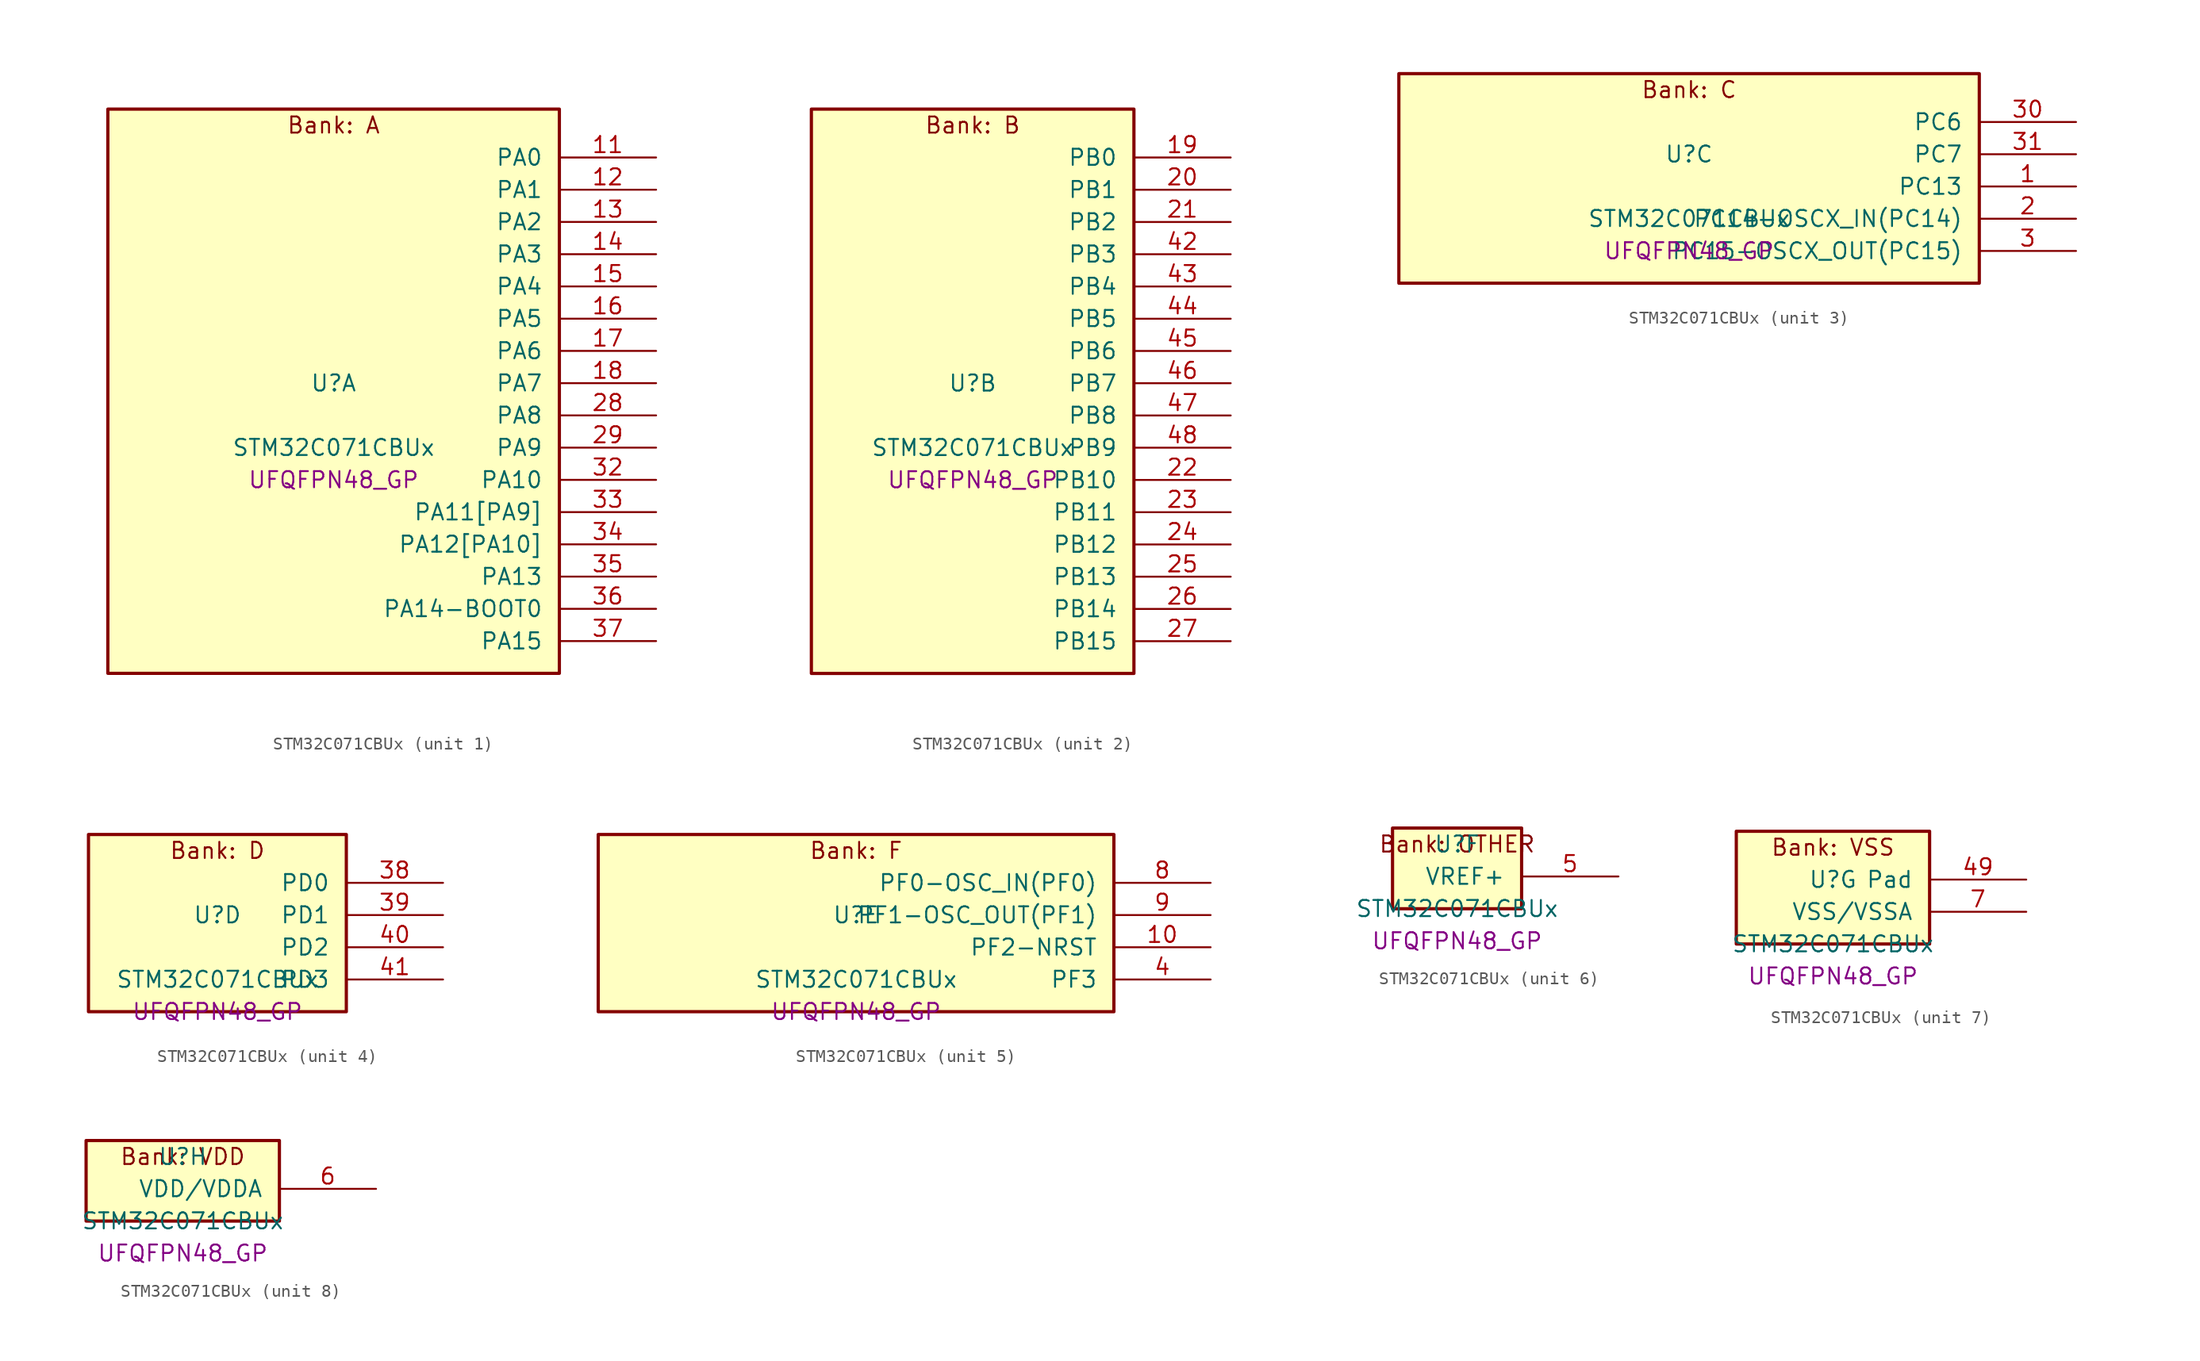
<source format=kicad_sym>
(kicad_symbol_lib
  (version 20241209)
  (generator "stm32_pkl_generator")
  (generator_version "1.0")
  (symbol "STM32C071CBUx"
    (pin_names
      (offset 1.27))
    (property "Reference" "U"
      (at 0 2.54 0))
    (property "Value" "STM32C071CBUx"
      (at 0 -2.54 0))
    (property "Footprint" "UFQFPN48_GP"
      (at 0 -5.08 0))
    (symbol "STM32C071CBUx_1_1"
      (rectangle (start -17.78 24.13) (end 17.78 -20.32) (stroke (width 0.254) (type solid)) (fill (type background)))
      (text "Bank: A" (at 0 22.86 0))
      (pin bidirectional line (at 25.4 20.32 180) (length 7.62) (name "PA0") (number "11") (alternate "PA0/ADC1_IN0" bidirectional line) (alternate "PA0/PWR_WKUP1" bidirectional line) (alternate "PA0/SPI2_SCK" bidirectional line) (alternate "PA0/TIM16_CH1" bidirectional line) (alternate "PA0/TIM1_CH1" bidirectional line) (alternate "PA0/TIM2_CH1" bidirectional line) (alternate "PA0/TIM2_ETR" bidirectional line) (alternate "PA0/USART1_TX" bidirectional line) (alternate "PA0/USART2_CTS" bidirectional line) (alternate "PA0/USART2_NSS" bidirectional line))
      (pin bidirectional line (at 25.4 17.78 180) (length 7.62) (name "PA1") (number "12") (alternate "PA1/ADC1_IN1" bidirectional line) (alternate "PA1/I2C1_SMBA" bidirectional line) (alternate "PA1/I2S1_CK" bidirectional line) (alternate "PA1/SPI1_SCK" bidirectional line) (alternate "PA1/TIM17_CH1" bidirectional line) (alternate "PA1/TIM1_CH2" bidirectional line) (alternate "PA1/TIM2_CH2" bidirectional line) (alternate "PA1/USART1_RX" bidirectional line) (alternate "PA1/USART2_CK" bidirectional line) (alternate "PA1/USART2_DE" bidirectional line) (alternate "PA1/USART2_RTS" bidirectional line))
      (pin bidirectional line (at 25.4 15.24 180) (length 7.62) (name "PA2") (number "13") (alternate "PA2/ADC1_IN2" bidirectional line) (alternate "PA2/I2S1_SD" bidirectional line) (alternate "PA2/PWR_WKUP4" bidirectional line) (alternate "PA2/RCC_LSCO" bidirectional line) (alternate "PA2/SPI1_MOSI" bidirectional line) (alternate "PA2/TIM16_CH1N" bidirectional line) (alternate "PA2/TIM1_CH3" bidirectional line) (alternate "PA2/TIM2_CH3" bidirectional line) (alternate "PA2/TIM3_ETR" bidirectional line) (alternate "PA2/USART2_TX" bidirectional line))
      (pin bidirectional line (at 25.4 12.7 180) (length 7.62) (name "PA3") (number "14") (alternate "PA3/ADC1_IN3" bidirectional line) (alternate "PA3/SPI2_MISO" bidirectional line) (alternate "PA3/TIM1_CH1N" bidirectional line) (alternate "PA3/TIM1_CH4" bidirectional line) (alternate "PA3/TIM2_CH4" bidirectional line) (alternate "PA3/USART2_RX" bidirectional line))
      (pin bidirectional line (at 25.4 10.16 180) (length 7.62) (name "PA4") (number "15") (alternate "PA4/ADC1_IN4" bidirectional line) (alternate "PA4/I2S1_WS" bidirectional line) (alternate "PA4/RTC_OUT2" bidirectional line) (alternate "PA4/SPI1_NSS" bidirectional line) (alternate "PA4/SPI2_MOSI" bidirectional line) (alternate "PA4/TIM14_CH1" bidirectional line) (alternate "PA4/TIM17_CH1N" bidirectional line) (alternate "PA4/TIM1_CH2N" bidirectional line) (alternate "PA4/USART2_TX" bidirectional line) (alternate "PA4/USB_NOE" bidirectional line))
      (pin bidirectional line (at 25.4 7.62 180) (length 7.62) (name "PA5") (number "16") (alternate "PA5/ADC1_IN5" bidirectional line) (alternate "PA5/I2S1_CK" bidirectional line) (alternate "PA5/SPI1_SCK" bidirectional line) (alternate "PA5/TIM1_CH1" bidirectional line) (alternate "PA5/TIM1_CH3N" bidirectional line) (alternate "PA5/TIM2_CH1" bidirectional line) (alternate "PA5/TIM2_ETR" bidirectional line) (alternate "PA5/USART2_RX" bidirectional line))
      (pin bidirectional line (at 25.4 5.08 180) (length 7.62) (name "PA6") (number "17") (alternate "PA6/ADC1_IN6" bidirectional line) (alternate "PA6/I2C2_SDA" bidirectional line) (alternate "PA6/I2S1_MCK" bidirectional line) (alternate "PA6/SPI1_MISO" bidirectional line) (alternate "PA6/TIM16_CH1" bidirectional line) (alternate "PA6/TIM1_BKIN" bidirectional line) (alternate "PA6/TIM3_CH1" bidirectional line))
      (pin bidirectional line (at 25.4 2.54 180) (length 7.62) (name "PA7") (number "18") (alternate "PA7/ADC1_IN7" bidirectional line) (alternate "PA7/I2C2_SCL" bidirectional line) (alternate "PA7/I2S1_SD" bidirectional line) (alternate "PA7/SPI1_MOSI" bidirectional line) (alternate "PA7/TIM14_CH1" bidirectional line) (alternate "PA7/TIM17_CH1" bidirectional line) (alternate "PA7/TIM1_CH1N" bidirectional line) (alternate "PA7/TIM3_CH2" bidirectional line))
      (pin bidirectional line (at 25.4 0 180) (length 7.62) (name "PA8") (number "28") (alternate "PA8/ADC1_IN8" bidirectional line) (alternate "PA8/CRS_SYNC" bidirectional line) (alternate "PA8/I2S1_WS" bidirectional line) (alternate "PA8/RCC_MCO" bidirectional line) (alternate "PA8/RCC_MCO_2" bidirectional line) (alternate "PA8/SPI1_NSS" bidirectional line) (alternate "PA8/SPI2_MISO" bidirectional line) (alternate "PA8/SPI2_NSS" bidirectional line) (alternate "PA8/TIM14_CH1" bidirectional line) (alternate "PA8/TIM1_CH1" bidirectional line) (alternate "PA8/TIM1_CH2N" bidirectional line) (alternate "PA8/TIM1_CH3N" bidirectional line) (alternate "PA8/TIM3_CH3" bidirectional line) (alternate "PA8/TIM3_CH4" bidirectional line) (alternate "PA8/USART1_RX" bidirectional line) (alternate "PA8/USART2_TX" bidirectional line))
      (pin bidirectional line (at 25.4 -2.54 180) (length 7.62) (name "PA9") (number "29") (alternate "PA9/I2C1_SCL" bidirectional line) (alternate "PA9/I2C2_SCL" bidirectional line) (alternate "PA9/RCC_MCO" bidirectional line) (alternate "PA9/SPI2_MISO" bidirectional line) (alternate "PA9/TIM1_CH2" bidirectional line) (alternate "PA9/TIM3_ETR" bidirectional line) (alternate "PA9/USART1_TX" bidirectional line) (alternate "PA9/NC" bidirectional line))
      (pin bidirectional line (at 25.4 -5.08 180) (length 7.62) (name "PA10") (number "32") (alternate "PA10/I2C1_SDA" bidirectional line) (alternate "PA10/I2C2_SDA" bidirectional line) (alternate "PA10/RCC_MCO_2" bidirectional line) (alternate "PA10/SPI2_MOSI" bidirectional line) (alternate "PA10/TIM17_BKIN" bidirectional line) (alternate "PA10/TIM1_CH3" bidirectional line) (alternate "PA10/USART1_RX" bidirectional line) (alternate "PA10/NC" bidirectional line))
      (pin bidirectional line (at 25.4 -7.62 180) (length 7.62) (name "PA11[PA9]") (number "33") (alternate "PA11[PA9]/ADC1_EXTI11" bidirectional line) (alternate "PA11[PA9]/I2C2_SCL" bidirectional line) (alternate "PA11[PA9]/I2S1_MCK" bidirectional line) (alternate "PA11[PA9]/SPI1_MISO" bidirectional line) (alternate "PA11[PA9]/TIM1_BKIN2" bidirectional line) (alternate "PA11[PA9]/TIM1_CH4" bidirectional line) (alternate "PA11[PA9]/USART1_CTS" bidirectional line) (alternate "PA11[PA9]/USART1_NSS" bidirectional line) (alternate "PA11[PA9]/USB_DM" bidirectional line) (alternate "PA11[PA9]/PA9[PA11]" bidirectional line) (alternate "PA11[PA9]/I2C1_SCL" bidirectional line) (alternate "PA11[PA9]/RCC_MCO" bidirectional line) (alternate "PA11[PA9]/SPI2_MISO" bidirectional line) (alternate "PA11[PA9]/TIM1_CH2" bidirectional line) (alternate "PA11[PA9]/TIM3_ETR" bidirectional line) (alternate "PA11[PA9]/USART1_TX" bidirectional line))
      (pin bidirectional line (at 25.4 -10.16 180) (length 7.62) (name "PA12[PA10]") (number "34") (alternate "PA12[PA10]/I2C2_SDA" bidirectional line) (alternate "PA12[PA10]/I2S1_SD" bidirectional line) (alternate "PA12[PA10]/I2S_CKIN" bidirectional line) (alternate "PA12[PA10]/SPI1_MOSI" bidirectional line) (alternate "PA12[PA10]/TIM1_ETR" bidirectional line) (alternate "PA12[PA10]/USART1_CK" bidirectional line) (alternate "PA12[PA10]/USART1_DE" bidirectional line) (alternate "PA12[PA10]/USART1_RTS" bidirectional line) (alternate "PA12[PA10]/USB_DP" bidirectional line) (alternate "PA12[PA10]/PA10[PA12]" bidirectional line) (alternate "PA12[PA10]/I2C1_SDA" bidirectional line) (alternate "PA12[PA10]/RCC_MCO_2" bidirectional line) (alternate "PA12[PA10]/SPI2_MOSI" bidirectional line) (alternate "PA12[PA10]/TIM17_BKIN" bidirectional line) (alternate "PA12[PA10]/TIM1_CH3" bidirectional line) (alternate "PA12[PA10]/USART1_RX" bidirectional line))
      (pin bidirectional line (at 25.4 -12.7 180) (length 7.62) (name "PA13") (number "35") (alternate "PA13/ADC1_IN13" bidirectional line) (alternate "PA13/DEBUG_SWDIO" bidirectional line) (alternate "PA13/IR_OUT" bidirectional line) (alternate "PA13/TIM3_ETR" bidirectional line) (alternate "PA13/USART2_RX" bidirectional line) (alternate "PA13/USB_NOE" bidirectional line))
      (pin bidirectional line (at 25.4 -15.24 180) (length 7.62) (name "PA14-BOOT0") (number "36") (alternate "PA14-BOOT0/ADC1_IN14" bidirectional line) (alternate "PA14-BOOT0/DEBUG_SWCLK" bidirectional line) (alternate "PA14-BOOT0/I2S1_WS" bidirectional line) (alternate "PA14-BOOT0/RCC_MCO_2" bidirectional line) (alternate "PA14-BOOT0/SPI1_NSS" bidirectional line) (alternate "PA14-BOOT0/TIM1_CH1" bidirectional line) (alternate "PA14-BOOT0/USART1_CK" bidirectional line) (alternate "PA14-BOOT0/USART1_DE" bidirectional line) (alternate "PA14-BOOT0/USART1_RTS" bidirectional line) (alternate "PA14-BOOT0/USART2_RX" bidirectional line) (alternate "PA14-BOOT0/USART2_TX" bidirectional line))
      (pin bidirectional line (at 25.4 -17.78 180) (length 7.62) (name "PA15") (number "37") (alternate "PA15/I2S1_WS" bidirectional line) (alternate "PA15/RCC_MCO_2" bidirectional line) (alternate "PA15/SPI1_NSS" bidirectional line) (alternate "PA15/TIM1_CH1" bidirectional line) (alternate "PA15/TIM2_CH1" bidirectional line) (alternate "PA15/TIM2_ETR" bidirectional line) (alternate "PA15/USART1_CK" bidirectional line) (alternate "PA15/USART1_DE" bidirectional line) (alternate "PA15/USART1_RTS" bidirectional line) (alternate "PA15/USART2_RX" bidirectional line) (alternate "PA15/USB_NOE" bidirectional line)))
    (symbol "STM32C071CBUx_2_1"
      (rectangle (start -12.7 24.13) (end 12.7 -20.32) (stroke (width 0.254) (type solid)) (fill (type background)))
      (text "Bank: B" (at 0 22.86 0))
      (pin bidirectional line (at 20.32 20.32 180) (length 7.62) (name "PB0") (number "19") (alternate "PB0/ADC1_IN17" bidirectional line) (alternate "PB0/I2S1_WS" bidirectional line) (alternate "PB0/SPI1_NSS" bidirectional line) (alternate "PB0/TIM1_CH2N" bidirectional line) (alternate "PB0/TIM3_CH3" bidirectional line))
      (pin bidirectional line (at 20.32 17.78 180) (length 7.62) (name "PB1") (number "20") (alternate "PB1/ADC1_IN18" bidirectional line) (alternate "PB1/TIM14_CH1" bidirectional line) (alternate "PB1/TIM1_CH2N" bidirectional line) (alternate "PB1/TIM1_CH3N" bidirectional line) (alternate "PB1/TIM3_CH4" bidirectional line))
      (pin bidirectional line (at 20.32 15.24 180) (length 7.62) (name "PB2") (number "21") (alternate "PB2/ADC1_IN19" bidirectional line) (alternate "PB2/RCC_MCO_2" bidirectional line) (alternate "PB2/SPI2_MISO" bidirectional line) (alternate "PB2/USART1_RX" bidirectional line))
      (pin bidirectional line (at 20.32 12.7 180) (length 7.62) (name "PB3") (number "42") (alternate "PB3/I2C2_SCL" bidirectional line) (alternate "PB3/I2S1_CK" bidirectional line) (alternate "PB3/SPI1_SCK" bidirectional line) (alternate "PB3/TIM1_CH2" bidirectional line) (alternate "PB3/TIM2_CH2" bidirectional line) (alternate "PB3/TIM3_CH2" bidirectional line) (alternate "PB3/USART1_CK" bidirectional line) (alternate "PB3/USART1_DE" bidirectional line) (alternate "PB3/USART1_RTS" bidirectional line))
      (pin bidirectional line (at 20.32 10.16 180) (length 7.62) (name "PB4") (number "43") (alternate "PB4/I2C2_SDA" bidirectional line) (alternate "PB4/I2S1_MCK" bidirectional line) (alternate "PB4/SPI1_MISO" bidirectional line) (alternate "PB4/TIM17_BKIN" bidirectional line) (alternate "PB4/TIM3_CH1" bidirectional line) (alternate "PB4/USART1_CTS" bidirectional line) (alternate "PB4/USART1_NSS" bidirectional line))
      (pin bidirectional line (at 20.32 7.62 180) (length 7.62) (name "PB5") (number "44") (alternate "PB5/I2C1_SMBA" bidirectional line) (alternate "PB5/I2S1_SD" bidirectional line) (alternate "PB5/PWR_WKUP6" bidirectional line) (alternate "PB5/SPI1_MOSI" bidirectional line) (alternate "PB5/TIM16_BKIN" bidirectional line) (alternate "PB5/TIM3_CH2" bidirectional line) (alternate "PB5/TIM3_CH3" bidirectional line))
      (pin bidirectional line (at 20.32 5.08 180) (length 7.62) (name "PB6") (number "45") (alternate "PB6/I2C1_SCL" bidirectional line) (alternate "PB6/I2C1_SMBA" bidirectional line) (alternate "PB6/I2S1_CK" bidirectional line) (alternate "PB6/I2S1_MCK" bidirectional line) (alternate "PB6/I2S1_SD" bidirectional line) (alternate "PB6/PWR_WKUP3" bidirectional line) (alternate "PB6/SPI1_MISO" bidirectional line) (alternate "PB6/SPI1_MOSI" bidirectional line) (alternate "PB6/SPI1_SCK" bidirectional line) (alternate "PB6/SPI2_MISO" bidirectional line) (alternate "PB6/TIM16_BKIN" bidirectional line) (alternate "PB6/TIM16_CH1N" bidirectional line) (alternate "PB6/TIM17_BKIN" bidirectional line) (alternate "PB6/TIM1_CH2" bidirectional line) (alternate "PB6/TIM1_CH3" bidirectional line) (alternate "PB6/TIM3_CH1" bidirectional line) (alternate "PB6/TIM3_CH2" bidirectional line) (alternate "PB6/TIM3_CH3" bidirectional line) (alternate "PB6/USART1_CTS" bidirectional line) (alternate "PB6/USART1_NSS" bidirectional line) (alternate "PB6/USART1_TX" bidirectional line))
      (pin bidirectional line (at 20.32 2.54 180) (length 7.62) (name "PB7") (number "46") (alternate "PB7/I2C1_SCL" bidirectional line) (alternate "PB7/I2C1_SDA" bidirectional line) (alternate "PB7/SPI2_MOSI" bidirectional line) (alternate "PB7/TIM16_CH1" bidirectional line) (alternate "PB7/TIM17_CH1N" bidirectional line) (alternate "PB7/TIM1_CH4" bidirectional line) (alternate "PB7/TIM3_CH1" bidirectional line) (alternate "PB7/TIM3_CH4" bidirectional line) (alternate "PB7/USART1_RX" bidirectional line) (alternate "PB7/USART2_CTS" bidirectional line) (alternate "PB7/USART2_NSS" bidirectional line))
      (pin bidirectional line (at 20.32 0 180) (length 7.62) (name "PB8") (number "47") (alternate "PB8/I2C1_SCL" bidirectional line) (alternate "PB8/SPI2_SCK" bidirectional line) (alternate "PB8/TIM16_CH1" bidirectional line) (alternate "PB8/TIM3_CH1" bidirectional line) (alternate "PB8/USART2_CTS" bidirectional line) (alternate "PB8/USART2_NSS" bidirectional line))
      (pin bidirectional line (at 20.32 -2.54 180) (length 7.62) (name "PB9") (number "48") (alternate "PB9/I2C1_SDA" bidirectional line) (alternate "PB9/IR_OUT" bidirectional line) (alternate "PB9/SPI2_NSS" bidirectional line) (alternate "PB9/TIM17_CH1" bidirectional line) (alternate "PB9/TIM3_CH2" bidirectional line) (alternate "PB9/USART2_CK" bidirectional line) (alternate "PB9/USART2_DE" bidirectional line) (alternate "PB9/USART2_RTS" bidirectional line))
      (pin bidirectional line (at 20.32 -5.08 180) (length 7.62) (name "PB10") (number "22") (alternate "PB10/ADC1_IN20" bidirectional line) (alternate "PB10/I2C2_SCL" bidirectional line) (alternate "PB10/SPI2_SCK" bidirectional line) (alternate "PB10/TIM2_CH3" bidirectional line))
      (pin bidirectional line (at 20.32 -7.62 180) (length 7.62) (name "PB11") (number "23") (alternate "PB11/ADC1_EXTI11" bidirectional line) (alternate "PB11/ADC1_IN21" bidirectional line) (alternate "PB11/I2C2_SDA" bidirectional line) (alternate "PB11/SPI2_MOSI" bidirectional line) (alternate "PB11/TIM2_CH4" bidirectional line))
      (pin bidirectional line (at 20.32 -10.16 180) (length 7.62) (name "PB12") (number "24") (alternate "PB12/ADC1_IN22" bidirectional line) (alternate "PB12/SPI2_NSS" bidirectional line) (alternate "PB12/TIM1_BKIN" bidirectional line) (alternate "PB12/TIM1_BKIN2" bidirectional line))
      (pin bidirectional line (at 20.32 -12.7 180) (length 7.62) (name "PB13") (number "25") (alternate "PB13/I2C2_SCL" bidirectional line) (alternate "PB13/SPI2_SCK" bidirectional line) (alternate "PB13/TIM1_CH1N" bidirectional line))
      (pin bidirectional line (at 20.32 -15.24 180) (length 7.62) (name "PB14") (number "26") (alternate "PB14/I2C2_SDA" bidirectional line) (alternate "PB14/SPI2_MISO" bidirectional line) (alternate "PB14/TIM1_CH2N" bidirectional line))
      (pin bidirectional line (at 20.32 -17.78 180) (length 7.62) (name "PB15") (number "27") (alternate "PB15/RTC_REFIN" bidirectional line) (alternate "PB15/SPI2_MOSI" bidirectional line) (alternate "PB15/TIM1_CH3N" bidirectional line)))
    (symbol "STM32C071CBUx_3_1"
      (rectangle (start -22.86 8.89) (end 22.86 -7.62) (stroke (width 0.254) (type solid)) (fill (type background)))
      (text "Bank: C" (at 0 7.62 0))
      (pin bidirectional line (at 30.48 5.08 180) (length 7.62) (name "PC6") (number "30") (alternate "PC6/TIM2_CH3" bidirectional line) (alternate "PC6/TIM3_CH1" bidirectional line))
      (pin bidirectional line (at 30.48 2.54 180) (length 7.62) (name "PC7") (number "31") (alternate "PC7/TIM2_CH4" bidirectional line) (alternate "PC7/TIM3_CH2" bidirectional line))
      (pin bidirectional line (at 30.48 0 180) (length 7.62) (name "PC13") (number "1") (alternate "PC13/PWR_WKUP2" bidirectional line) (alternate "PC13/RTC_OUT1" bidirectional line) (alternate "PC13/RTC_TS" bidirectional line) (alternate "PC13/TIM1_BKIN" bidirectional line) (alternate "PC13/TIM1_ETR" bidirectional line))
      (pin bidirectional line (at 30.48 -2.54 180) (length 7.62) (name "PC14-OSCX_IN(PC14)") (number "2") (alternate "PC14-OSCX_IN(PC14)/I2C1_SDA" bidirectional line) (alternate "PC14-OSCX_IN(PC14)/IR_OUT" bidirectional line) (alternate "PC14-OSCX_IN(PC14)/RCC_OSCX_IN" bidirectional line) (alternate "PC14-OSCX_IN(PC14)/SPI2_NSS" bidirectional line) (alternate "PC14-OSCX_IN(PC14)/TIM17_CH1" bidirectional line) (alternate "PC14-OSCX_IN(PC14)/TIM1_BKIN2" bidirectional line) (alternate "PC14-OSCX_IN(PC14)/TIM1_ETR" bidirectional line) (alternate "PC14-OSCX_IN(PC14)/TIM3_CH2" bidirectional line) (alternate "PC14-OSCX_IN(PC14)/USART1_TX" bidirectional line) (alternate "PC14-OSCX_IN(PC14)/USART2_CK" bidirectional line) (alternate "PC14-OSCX_IN(PC14)/USART2_DE" bidirectional line) (alternate "PC14-OSCX_IN(PC14)/USART2_RTS" bidirectional line))
      (pin bidirectional line (at 30.48 -5.08 180) (length 7.62) (name "PC15-OSCX_OUT(PC15)") (number "3") (alternate "PC15-OSCX_OUT(PC15)/RCC_OSC32_EN" bidirectional line) (alternate "PC15-OSCX_OUT(PC15)/RCC_OSCX_OUT" bidirectional line) (alternate "PC15-OSCX_OUT(PC15)/RCC_OSC_EN" bidirectional line) (alternate "PC15-OSCX_OUT(PC15)/TIM1_ETR" bidirectional line) (alternate "PC15-OSCX_OUT(PC15)/TIM3_CH3" bidirectional line)))
    (symbol "STM32C071CBUx_4_1"
      (rectangle (start -10.16 8.89) (end 10.16 -5.08) (stroke (width 0.254) (type solid)) (fill (type background)))
      (text "Bank: D" (at 0 7.62 0))
      (pin bidirectional line (at 17.78 5.08 180) (length 7.62) (name "PD0") (number "38") (alternate "PD0/SPI2_NSS" bidirectional line) (alternate "PD0/TIM16_CH1" bidirectional line))
      (pin bidirectional line (at 17.78 2.54 180) (length 7.62) (name "PD1") (number "39") (alternate "PD1/SPI2_SCK" bidirectional line) (alternate "PD1/TIM17_CH1" bidirectional line))
      (pin bidirectional line (at 17.78 0 180) (length 7.62) (name "PD2") (number "40") (alternate "PD2/TIM1_CH1N" bidirectional line) (alternate "PD2/TIM3_ETR" bidirectional line))
      (pin bidirectional line (at 17.78 -2.54 180) (length 7.62) (name "PD3") (number "41") (alternate "PD3/SPI2_MISO" bidirectional line) (alternate "PD3/TIM1_CH2N" bidirectional line) (alternate "PD3/USART2_CTS" bidirectional line) (alternate "PD3/USART2_NSS" bidirectional line)))
    (symbol "STM32C071CBUx_5_1"
      (rectangle (start -20.32 8.89) (end 20.32 -5.08) (stroke (width 0.254) (type solid)) (fill (type background)))
      (text "Bank: F" (at 0 7.62 0))
      (pin bidirectional line (at 27.94 5.08 180) (length 7.62) (name "PF0-OSC_IN(PF0)") (number "8") (alternate "PF0-OSC_IN(PF0)/CRS_SYNC" bidirectional line) (alternate "PF0-OSC_IN(PF0)/RCC_OSC_IN" bidirectional line) (alternate "PF0-OSC_IN(PF0)/TIM14_CH1" bidirectional line))
      (pin bidirectional line (at 27.94 2.54 180) (length 7.62) (name "PF1-OSC_OUT(PF1)") (number "9") (alternate "PF1-OSC_OUT(PF1)/RCC_OSC_EN" bidirectional line) (alternate "PF1-OSC_OUT(PF1)/RCC_OSC_OUT" bidirectional line))
      (pin bidirectional line (at 27.94 0 180) (length 7.62) (name "PF2-NRST") (number "10") (alternate "PF2-NRST/RCC_MCO" bidirectional line) (alternate "PF2-NRST/TIM1_CH4" bidirectional line))
      (pin bidirectional line (at 27.94 -2.54 180) (length 7.62) (name "PF3") (number "4")))
    (symbol "STM32C071CBUx_6_1"
      (rectangle (start -5.08 3.81) (end 5.08 -2.54) (stroke (width 0.254) (type solid)) (fill (type background)))
      (text "Bank: OTHER" (at 0 2.54 0))
      (pin bidirectional line (at 12.7 0 180) (length 7.62) (name "VREF+") (number "5")))
    (symbol "STM32C071CBUx_7_1"
      (rectangle (start -7.62 6.35) (end 7.62 -2.54) (stroke (width 0.254) (type solid)) (fill (type background)))
      (text "Bank: VSS" (at 0 5.08 0))
      (pin passive line (at 15.24 2.54 180) (length 7.62) (name "Pad") (number "49"))
      (pin power_in line (at 15.24 0 180) (length 7.62) (name "VSS/VSSA") (number "7")))
    (symbol "STM32C071CBUx_8_1"
      (rectangle (start -7.62 3.81) (end 7.62 -2.54) (stroke (width 0.254) (type solid)) (fill (type background)))
      (text "Bank: VDD" (at 0 2.54 0))
      (pin power_in line (at 15.24 0 180) (length 7.62) (name "VDD/VDDA") (number "6")))))
</source>
